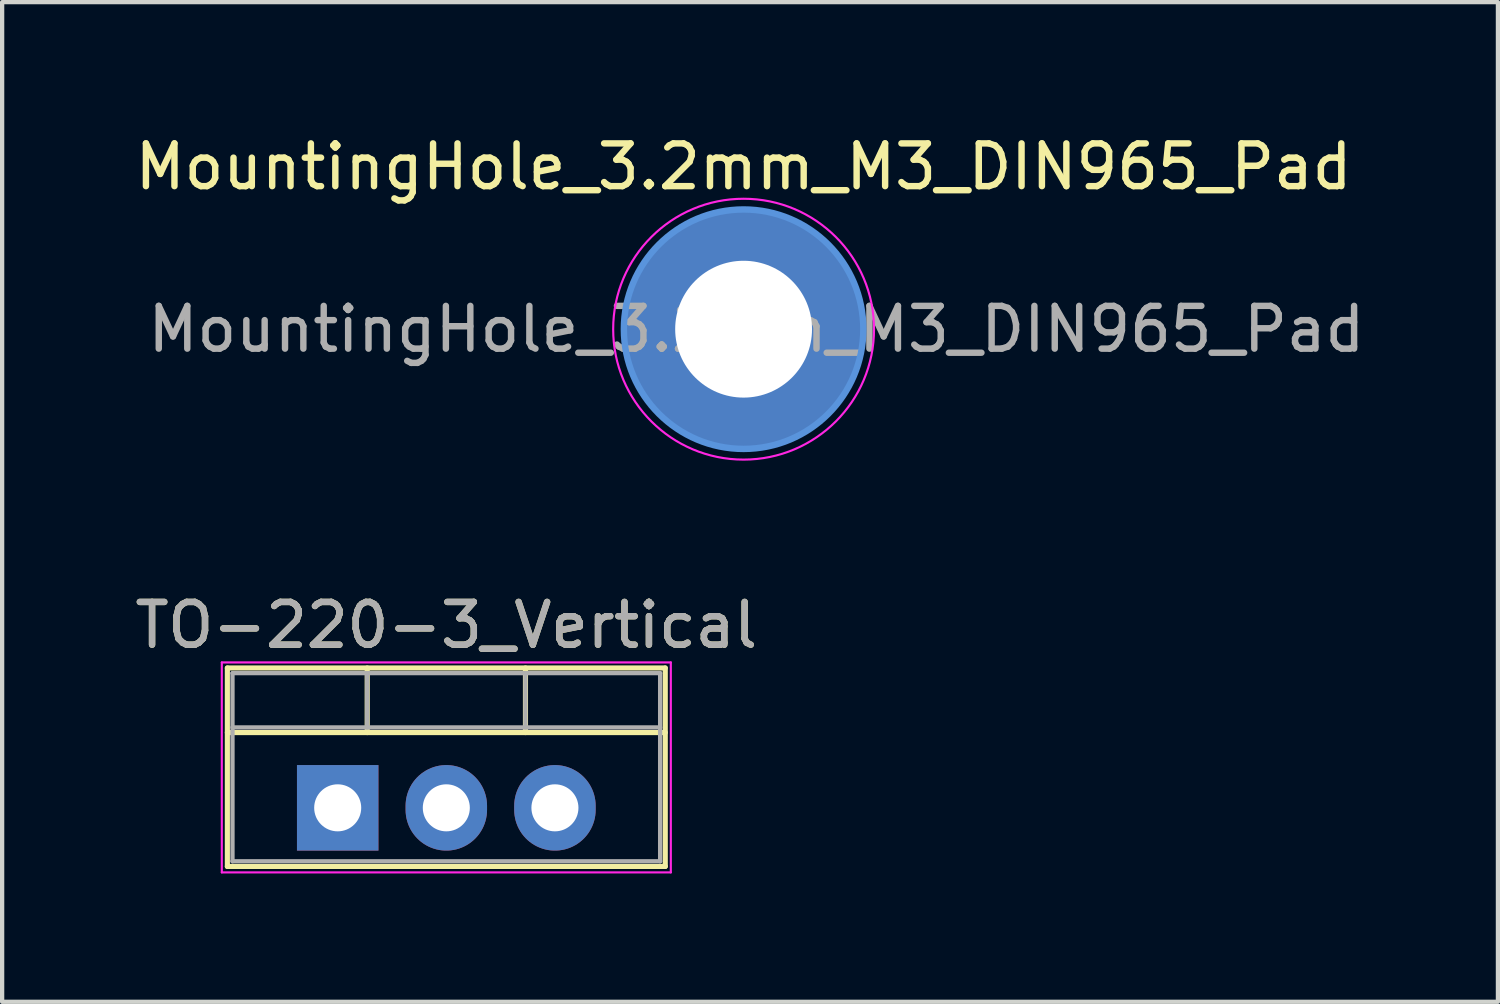
<source format=kicad_pcb>
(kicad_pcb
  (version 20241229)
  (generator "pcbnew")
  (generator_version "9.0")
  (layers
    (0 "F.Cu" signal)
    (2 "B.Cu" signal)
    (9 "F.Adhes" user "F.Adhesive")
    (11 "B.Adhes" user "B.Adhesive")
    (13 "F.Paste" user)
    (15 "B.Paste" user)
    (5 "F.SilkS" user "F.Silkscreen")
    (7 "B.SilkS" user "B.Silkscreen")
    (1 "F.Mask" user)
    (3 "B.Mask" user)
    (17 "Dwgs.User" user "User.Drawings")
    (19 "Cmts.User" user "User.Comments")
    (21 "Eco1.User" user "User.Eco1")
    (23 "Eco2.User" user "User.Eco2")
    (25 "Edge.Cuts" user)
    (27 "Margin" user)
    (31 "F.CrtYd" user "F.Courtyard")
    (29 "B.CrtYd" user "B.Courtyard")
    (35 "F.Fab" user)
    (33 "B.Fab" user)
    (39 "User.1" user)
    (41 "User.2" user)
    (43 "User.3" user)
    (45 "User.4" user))
  (footprint "TO-220-3_Vertical"
    (layer "F.Cu")
    (at 4.847 15.841)
    (property "Reference" "TO-220-3_Vertical" (at 2.54 -4.27 0) (layer "F.SilkS") (effects (font (size 1 1) (thickness 0.15))))
    (attr through_hole)
    (fp_line (start -2.58 -3.27) (end -2.58 1.371) (stroke (width 0.12) (type solid)) (layer "F.SilkS"))
    (fp_line (start -2.58 -3.27) (end 7.66 -3.27) (stroke (width 0.12) (type solid)) (layer "F.SilkS"))
    (fp_line (start -2.58 -1.76) (end 7.66 -1.76) (stroke (width 0.12) (type solid)) (layer "F.SilkS"))
    (fp_line (start -2.58 1.371) (end 7.66 1.371) (stroke (width 0.12) (type solid)) (layer "F.SilkS"))
    (fp_line (start 0.69 -3.27) (end 0.69 -1.76) (stroke (width 0.12) (type solid)) (layer "F.SilkS"))
    (fp_line (start 4.391 -3.27) (end 4.391 -1.76) (stroke (width 0.12) (type solid)) (layer "F.SilkS"))
    (fp_line (start 7.66 -3.27) (end 7.66 1.371) (stroke (width 0.12) (type solid)) (layer "F.SilkS"))
    (fp_line (start -2.71 -3.4) (end -2.71 1.51) (stroke (width 0.05) (type solid)) (layer "F.CrtYd"))
    (fp_line (start -2.71 1.51) (end 7.79 1.51) (stroke (width 0.05) (type solid)) (layer "F.CrtYd"))
    (fp_line (start 7.79 -3.4) (end -2.71 -3.4) (stroke (width 0.05) (type solid)) (layer "F.CrtYd"))
    (fp_line (start 7.79 1.51) (end 7.79 -3.4) (stroke (width 0.05) (type solid)) (layer "F.CrtYd"))
    (fp_line (start -2.46 -3.15) (end -2.46 1.25) (stroke (width 0.1) (type solid)) (layer "F.Fab"))
    (fp_line (start -2.46 -1.88) (end 7.54 -1.88) (stroke (width 0.1) (type solid)) (layer "F.Fab"))
    (fp_line (start -2.46 1.25) (end 7.54 1.25) (stroke (width 0.1) (type solid)) (layer "F.Fab"))
    (fp_line (start 0.69 -3.15) (end 0.69 -1.88) (stroke (width 0.1) (type solid)) (layer "F.Fab"))
    (fp_line (start 4.39 -3.15) (end 4.39 -1.88) (stroke (width 0.1) (type solid)) (layer "F.Fab"))
    (fp_line (start 7.54 -3.15) (end -2.46 -3.15) (stroke (width 0.1) (type solid)) (layer "F.Fab"))
    (fp_line (start 7.54 1.25) (end 7.54 -3.15) (stroke (width 0.1) (type solid)) (layer "F.Fab"))
    (fp_text user "${REFERENCE}" (at 2.54 -4.27 0) (layer "F.Fab") (effects (font (size 1 1) (thickness 0.15))))
    (pad "1" thru_hole rect (at 0 0) (size 1.905 2) (drill 1.1) (layers "*.Cu" "*.Mask"))
    (pad "2" thru_hole oval (at 2.54 0) (size 1.905 2) (drill 1.1) (layers "*.Cu" "*.Mask"))
    (pad "3" thru_hole oval (at 5.08 0) (size 1.905 2) (drill 1.1) (layers "*.Cu" "*.Mask")))
  (footprint "MountingHole_3.2mm_M3_DIN965_Pad"
    (layer "F.Cu")
    (at 14.339 4.648)
    (property "Reference" "MountingHole_3.2mm_M3_DIN965_Pad" (at 0 -3.8 0) (layer "F.SilkS") (effects (font (size 1 1) (thickness 0.15))))
    (attr exclude_from_pos_files exclude_from_bom)
    (fp_circle (center 0 0) (end 2.8 0) (stroke (width 0.15) (type solid)) (fill no) (layer "Cmts.User"))
    (fp_circle (center 0 0) (end 3.05 0) (stroke (width 0.05) (type solid)) (fill no) (layer "F.CrtYd"))
    (fp_text user "${REFERENCE}" (at 0.3 0 0) (layer "F.Fab") (effects (font (size 1 1) (thickness 0.15))))
    (pad "1" thru_hole circle (at 0 0) (size 5.6 5.6) (drill 3.2) (layers "*.Cu" "*.Mask")))
  (gr_rect
    (start -3 -3)
    (end 31.979 20.377)
    (stroke (width 0.1) (type default))
    (fill no)
    (layer "Edge.Cuts")))
</source>
